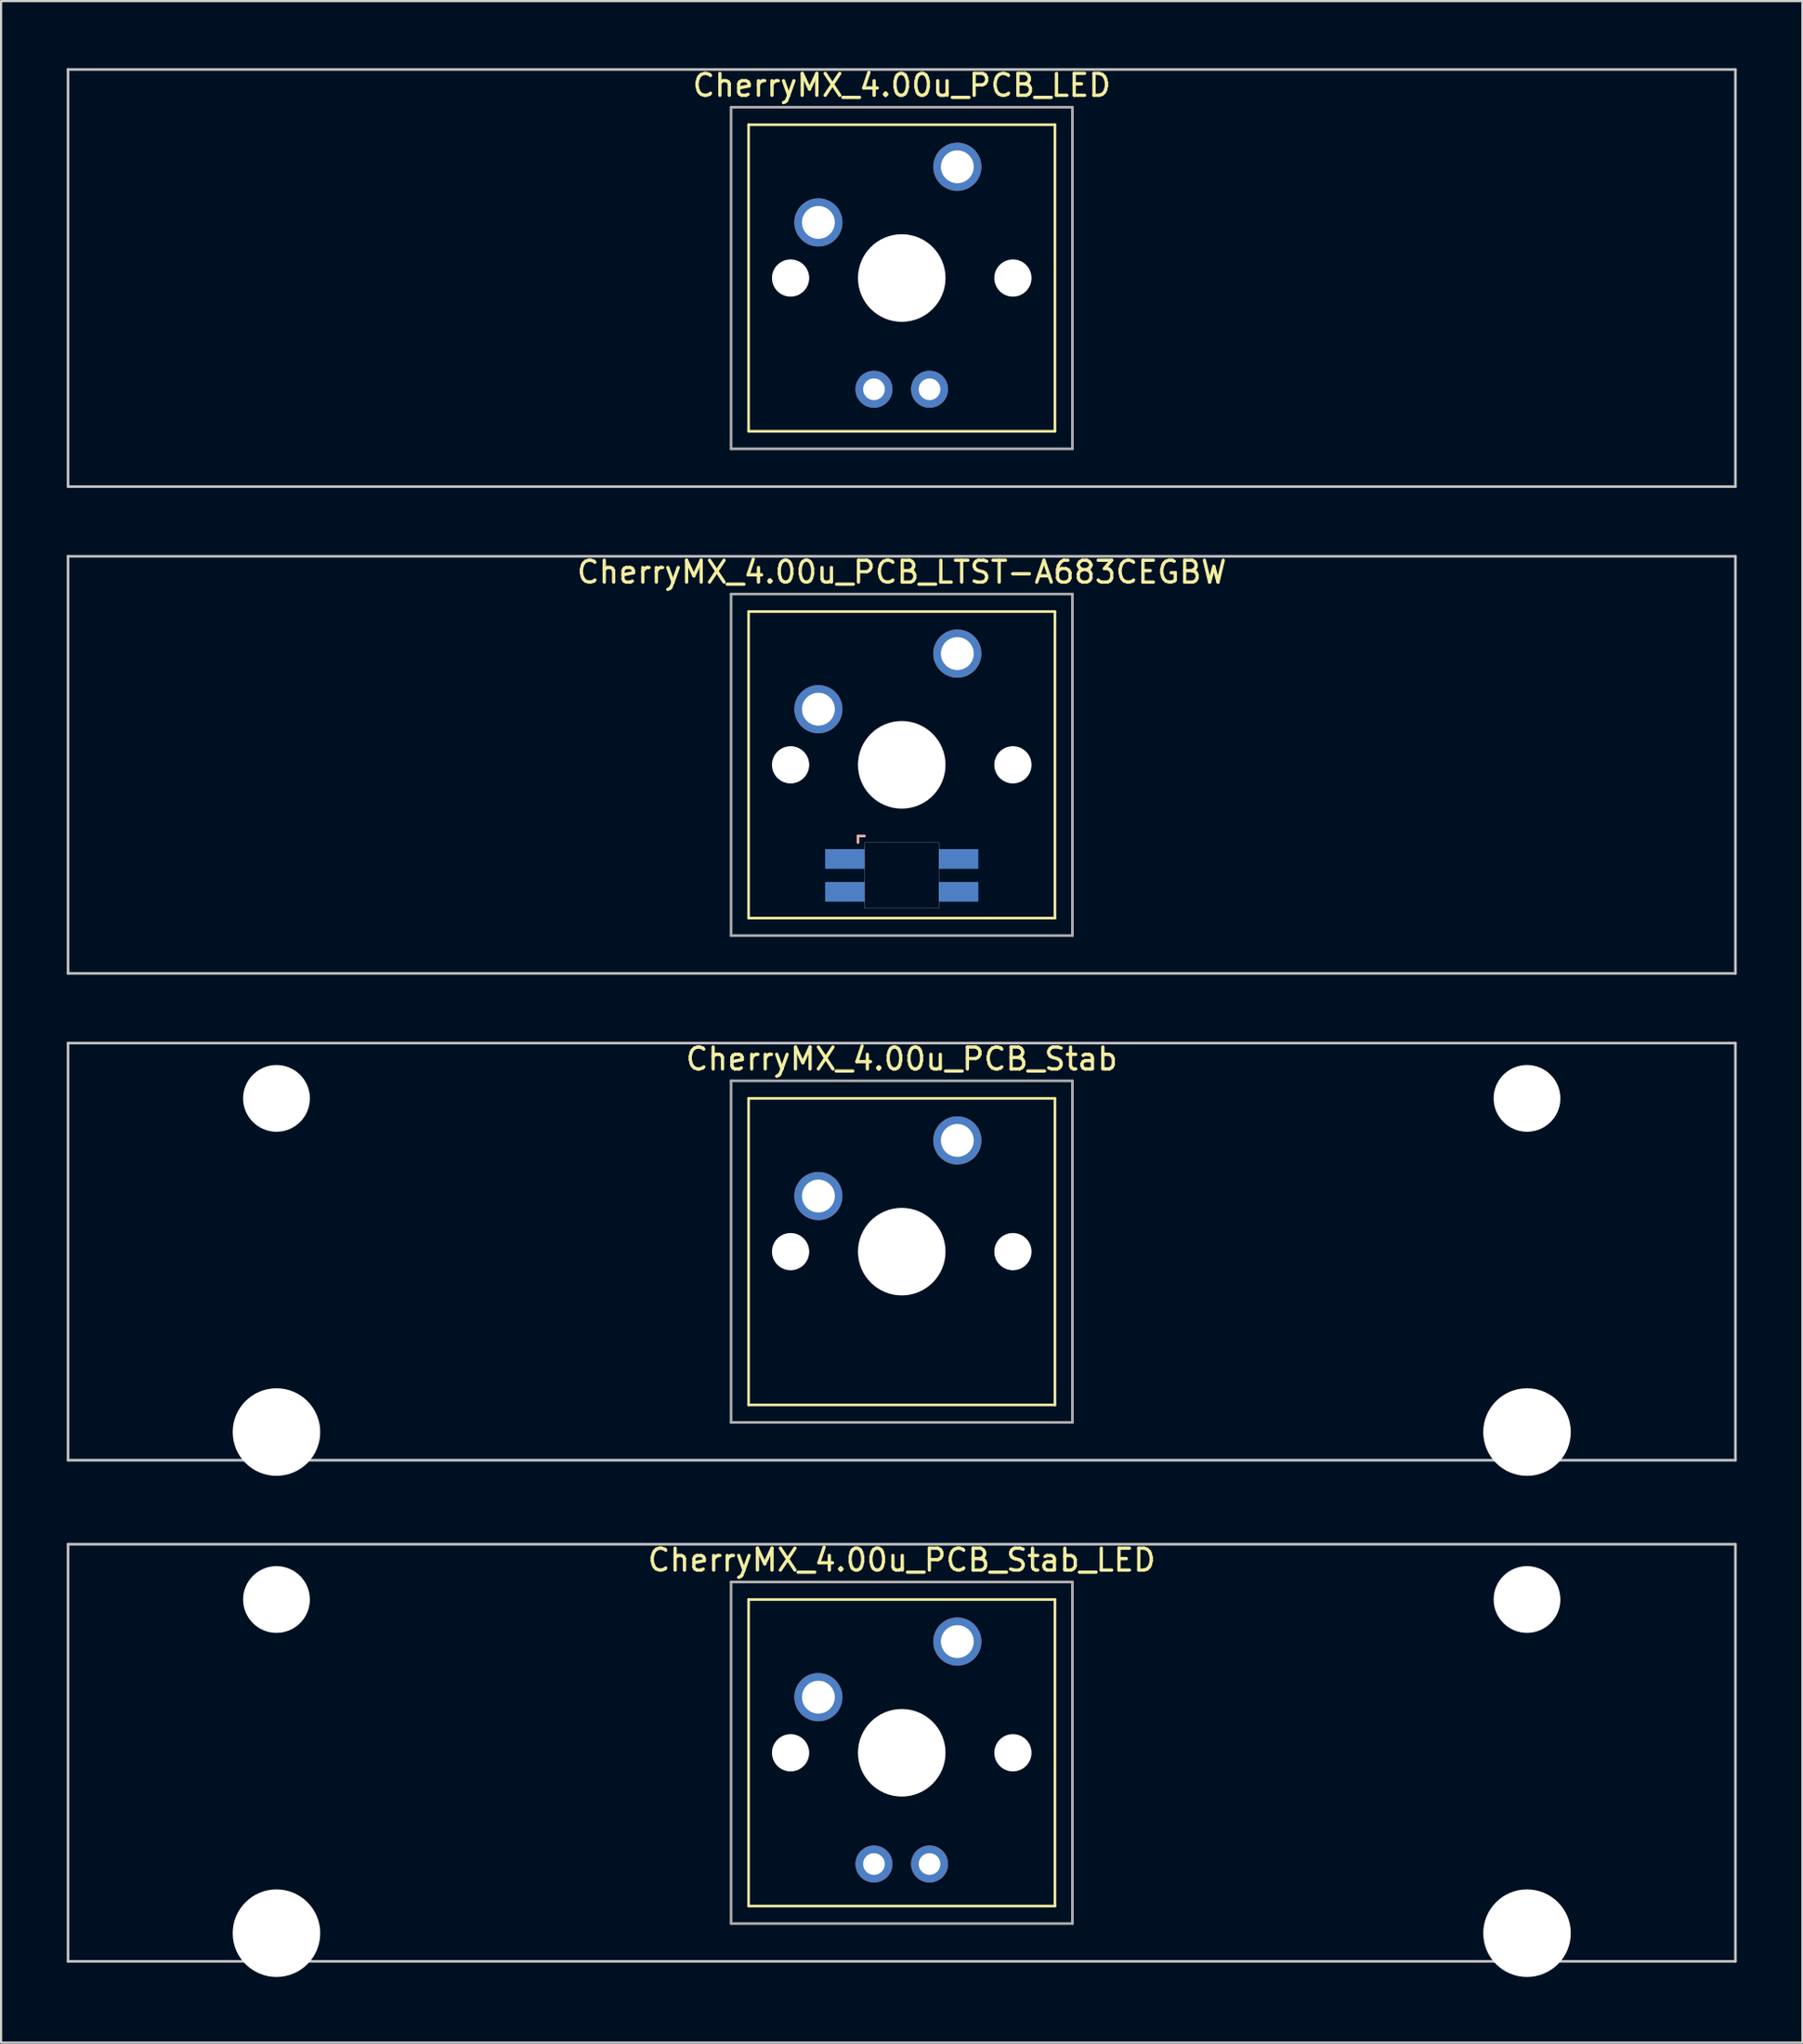
<source format=kicad_pcb>
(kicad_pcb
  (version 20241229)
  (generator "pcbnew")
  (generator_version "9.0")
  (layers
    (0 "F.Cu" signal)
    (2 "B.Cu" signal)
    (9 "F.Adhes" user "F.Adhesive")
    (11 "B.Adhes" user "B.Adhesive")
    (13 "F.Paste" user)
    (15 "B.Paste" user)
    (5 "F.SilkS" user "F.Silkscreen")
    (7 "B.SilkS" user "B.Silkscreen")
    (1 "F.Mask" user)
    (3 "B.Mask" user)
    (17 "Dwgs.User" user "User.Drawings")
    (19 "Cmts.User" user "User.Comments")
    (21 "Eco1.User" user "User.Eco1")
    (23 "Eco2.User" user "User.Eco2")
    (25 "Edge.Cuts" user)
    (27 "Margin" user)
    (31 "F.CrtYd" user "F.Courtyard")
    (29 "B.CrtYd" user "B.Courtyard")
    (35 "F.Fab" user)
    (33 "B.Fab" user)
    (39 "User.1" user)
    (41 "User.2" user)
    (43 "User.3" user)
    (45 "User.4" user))
  (footprint "CherryMX_4.00u_PCB_Stab"
    (layer "F.Cu")
    (at 38.16 54.115)
    (property "Reference" "CherryMX_4.00u_PCB_Stab" (at 0 -8.8 0) (layer "F.SilkS") (effects (font (size 1 1) (thickness 0.15))))
    (attr through_hole)
    (fp_line (start -7 -7) (end -7 7) (stroke (width 0.12) (type solid)) (layer "F.SilkS"))
    (fp_line (start -7 -7) (end 7 -7) (stroke (width 0.12) (type solid)) (layer "F.SilkS"))
    (fp_line (start 7 -7) (end 7 7) (stroke (width 0.12) (type solid)) (layer "F.SilkS"))
    (fp_line (start 7 7) (end -7 7) (stroke (width 0.12) (type solid)) (layer "F.SilkS"))
    (fp_line (start -38.1 -9.525) (end 38.1 -9.525) (stroke (width 0.12) (type solid)) (layer "Dwgs.User"))
    (fp_line (start -38.1 9.525) (end -38.1 -9.525) (stroke (width 0.12) (type solid)) (layer "Dwgs.User"))
    (fp_line (start 38.1 -9.525) (end 38.1 9.525) (stroke (width 0.12) (type solid)) (layer "Dwgs.User"))
    (fp_line (start 38.1 9.525) (end -38.1 9.525) (stroke (width 0.12) (type solid)) (layer "Dwgs.User"))
    (fp_line (start -7.8 -7.8) (end -7.8 7.8) (stroke (width 0.12) (type solid)) (layer "F.Fab"))
    (fp_line (start -7.8 -7.8) (end 7.8 -7.8) (stroke (width 0.12) (type solid)) (layer "F.Fab"))
    (fp_line (start -7.8 7.8) (end 7.8 7.8) (stroke (width 0.12) (type solid)) (layer "F.Fab"))
    (fp_line (start 7.8 -7.8) (end 7.8 7.8) (stroke (width 0.12) (type solid)) (layer "F.Fab"))
    (pad "" np_thru_hole circle (at -28.575 -7) (size 3.05 3.05) (drill 3.05) (layers "*.Cu" "*.Mask"))
    (pad "" np_thru_hole circle (at -28.575 8.24) (size 4 4) (drill 4) (layers "*.Cu" "*.Mask"))
    (pad "" np_thru_hole circle (at -5.08 0) (size 1.7 1.7) (drill 1.7) (layers "*.Cu" "*.Mask"))
    (pad "" np_thru_hole circle (at 0 0) (size 4 4) (drill 4) (layers "*.Cu" "*.Mask"))
    (pad "" np_thru_hole circle (at 5.08 0) (size 1.7 1.7) (drill 1.7) (layers "*.Cu" "*.Mask"))
    (pad "" np_thru_hole circle (at 28.575 -7) (size 3.05 3.05) (drill 3.05) (layers "*.Cu" "*.Mask"))
    (pad "" np_thru_hole circle (at 28.575 8.24) (size 4 4) (drill 4) (layers "*.Cu" "*.Mask"))
    (pad "1" thru_hole circle (at -3.81 -2.54) (size 2.2 2.2) (drill 1.5) (layers "*.Cu" "*.Mask"))
    (pad "2" thru_hole circle (at 2.54 -5.08) (size 2.2 2.2) (drill 1.5) (layers "*.Cu" "*.Mask")))
  (footprint "CherryMX_4.00u_PCB_LTST-A683CEGBW"
    (layer "F.Cu")
    (at 38.16 31.881)
    (property "Reference" "CherryMX_4.00u_PCB_LTST-A683CEGBW" (at 0 -8.8 0) (layer "F.SilkS") (effects (font (size 1 1) (thickness 0.15))))
    (attr through_hole)
    (fp_line (start -7 -7) (end -7 7) (stroke (width 0.12) (type solid)) (layer "F.SilkS"))
    (fp_line (start -7 -7) (end 7 -7) (stroke (width 0.12) (type solid)) (layer "F.SilkS"))
    (fp_line (start 7 -7) (end 7 7) (stroke (width 0.12) (type solid)) (layer "F.SilkS"))
    (fp_line (start 7 7) (end -7 7) (stroke (width 0.12) (type solid)) (layer "F.SilkS"))
    (fp_line (start -2 3.25) (end -2 3.55) (stroke (width 0.12) (type solid)) (layer "B.SilkS"))
    (fp_line (start -1.7 3.25) (end -2 3.25) (stroke (width 0.12) (type solid)) (layer "B.SilkS"))
    (fp_line (start -38.1 -9.525) (end 38.1 -9.525) (stroke (width 0.12) (type solid)) (layer "Dwgs.User"))
    (fp_line (start -38.1 9.525) (end -38.1 -9.525) (stroke (width 0.12) (type solid)) (layer "Dwgs.User"))
    (fp_line (start 38.1 -9.525) (end 38.1 9.525) (stroke (width 0.12) (type solid)) (layer "Dwgs.User"))
    (fp_line (start 38.1 9.525) (end -38.1 9.525) (stroke (width 0.12) (type solid)) (layer "Dwgs.User"))
    (fp_poly (pts (xy 1.7 6.55) (xy -1.7 6.55) (xy -1.7 3.55) (xy 1.7 3.55)) (stroke (width 0.01) (type solid)) (fill no) (layer "Edge.Cuts"))
    (fp_line (start -7.8 -7.8) (end -7.8 7.8) (stroke (width 0.12) (type solid)) (layer "F.Fab"))
    (fp_line (start -7.8 -7.8) (end 7.8 -7.8) (stroke (width 0.12) (type solid)) (layer "F.Fab"))
    (fp_line (start -7.8 7.8) (end 7.8 7.8) (stroke (width 0.12) (type solid)) (layer "F.Fab"))
    (fp_line (start 7.8 -7.8) (end 7.8 7.8) (stroke (width 0.12) (type solid)) (layer "F.Fab"))
    (pad "" np_thru_hole circle (at -5.08 0) (size 1.7 1.7) (drill 1.7) (layers "*.Cu" "*.Mask"))
    (pad "" np_thru_hole circle (at 0 0) (size 4 4) (drill 4) (layers "*.Cu" "*.Mask"))
    (pad "" np_thru_hole circle (at 5.08 0) (size 1.7 1.7) (drill 1.7) (layers "*.Cu" "*.Mask"))
    (pad "1" thru_hole circle (at -3.81 -2.54) (size 2.2 2.2) (drill 1.5) (layers "*.Cu" "*.Mask"))
    (pad "2" thru_hole circle (at 2.54 -5.08) (size 2.2 2.2) (drill 1.5) (layers "*.Cu" "*.Mask"))
    (pad "3" smd rect (at -2.6 4.3) (size 1.8 0.9) (layers "B.Cu" "B.Mask" "B.Paste"))
    (pad "4" smd rect (at -2.6 5.8) (size 1.8 0.9) (layers "B.Cu" "B.Mask" "B.Paste"))
    (pad "5" smd rect (at 2.6 4.3) (size 1.8 0.9) (layers "B.Cu" "B.Mask" "B.Paste"))
    (pad "6" smd rect (at 2.6 5.8) (size 1.8 0.9) (layers "B.Cu" "B.Mask" "B.Paste")))
  (footprint "CherryMX_4.00u_PCB_LED"
    (layer "F.Cu")
    (at 38.16 9.648)
    (property "Reference" "CherryMX_4.00u_PCB_LED" (at 0 -8.8 0) (layer "F.SilkS") (effects (font (size 1 1) (thickness 0.15))))
    (attr through_hole)
    (fp_line (start -7 -7) (end -7 7) (stroke (width 0.12) (type solid)) (layer "F.SilkS"))
    (fp_line (start -7 -7) (end 7 -7) (stroke (width 0.12) (type solid)) (layer "F.SilkS"))
    (fp_line (start 7 -7) (end 7 7) (stroke (width 0.12) (type solid)) (layer "F.SilkS"))
    (fp_line (start 7 7) (end -7 7) (stroke (width 0.12) (type solid)) (layer "F.SilkS"))
    (fp_line (start -38.1 -9.525) (end 38.1 -9.525) (stroke (width 0.12) (type solid)) (layer "Dwgs.User"))
    (fp_line (start -38.1 9.525) (end -38.1 -9.525) (stroke (width 0.12) (type solid)) (layer "Dwgs.User"))
    (fp_line (start 38.1 -9.525) (end 38.1 9.525) (stroke (width 0.12) (type solid)) (layer "Dwgs.User"))
    (fp_line (start 38.1 9.525) (end -38.1 9.525) (stroke (width 0.12) (type solid)) (layer "Dwgs.User"))
    (fp_line (start -7.8 -7.8) (end -7.8 7.8) (stroke (width 0.12) (type solid)) (layer "F.Fab"))
    (fp_line (start -7.8 -7.8) (end 7.8 -7.8) (stroke (width 0.12) (type solid)) (layer "F.Fab"))
    (fp_line (start -7.8 7.8) (end 7.8 7.8) (stroke (width 0.12) (type solid)) (layer "F.Fab"))
    (fp_line (start 7.8 -7.8) (end 7.8 7.8) (stroke (width 0.12) (type solid)) (layer "F.Fab"))
    (pad "" np_thru_hole circle (at -5.08 0) (size 1.7 1.7) (drill 1.7) (layers "*.Cu" "*.Mask"))
    (pad "" np_thru_hole circle (at 0 0) (size 4 4) (drill 4) (layers "*.Cu" "*.Mask"))
    (pad "" np_thru_hole circle (at 5.08 0) (size 1.7 1.7) (drill 1.7) (layers "*.Cu" "*.Mask"))
    (pad "1" thru_hole circle (at -3.81 -2.54) (size 2.2 2.2) (drill 1.5) (layers "*.Cu" "*.Mask"))
    (pad "2" thru_hole circle (at 2.54 -5.08) (size 2.2 2.2) (drill 1.5) (layers "*.Cu" "*.Mask"))
    (pad "3" thru_hole circle (at -1.27 5.08) (size 1.691 1.691) (drill 0.991) (layers "*.Cu" "*.Mask"))
    (pad "4" thru_hole circle (at 1.27 5.08) (size 1.691 1.691) (drill 0.991) (layers "*.Cu" "*.Mask")))
  (footprint "CherryMX_4.00u_PCB_Stab_LED"
    (layer "F.Cu")
    (at 38.16 77.003)
    (property "Reference" "CherryMX_4.00u_PCB_Stab_LED" (at 0 -8.8 0) (layer "F.SilkS") (effects (font (size 1 1) (thickness 0.15))))
    (attr through_hole)
    (fp_line (start -7 -7) (end -7 7) (stroke (width 0.12) (type solid)) (layer "F.SilkS"))
    (fp_line (start -7 -7) (end 7 -7) (stroke (width 0.12) (type solid)) (layer "F.SilkS"))
    (fp_line (start 7 -7) (end 7 7) (stroke (width 0.12) (type solid)) (layer "F.SilkS"))
    (fp_line (start 7 7) (end -7 7) (stroke (width 0.12) (type solid)) (layer "F.SilkS"))
    (fp_line (start -38.1 -9.525) (end 38.1 -9.525) (stroke (width 0.12) (type solid)) (layer "Dwgs.User"))
    (fp_line (start -38.1 9.525) (end -38.1 -9.525) (stroke (width 0.12) (type solid)) (layer "Dwgs.User"))
    (fp_line (start 38.1 -9.525) (end 38.1 9.525) (stroke (width 0.12) (type solid)) (layer "Dwgs.User"))
    (fp_line (start 38.1 9.525) (end -38.1 9.525) (stroke (width 0.12) (type solid)) (layer "Dwgs.User"))
    (fp_line (start -7.8 -7.8) (end -7.8 7.8) (stroke (width 0.12) (type solid)) (layer "F.Fab"))
    (fp_line (start -7.8 -7.8) (end 7.8 -7.8) (stroke (width 0.12) (type solid)) (layer "F.Fab"))
    (fp_line (start -7.8 7.8) (end 7.8 7.8) (stroke (width 0.12) (type solid)) (layer "F.Fab"))
    (fp_line (start 7.8 -7.8) (end 7.8 7.8) (stroke (width 0.12) (type solid)) (layer "F.Fab"))
    (pad "" np_thru_hole circle (at -28.575 -7) (size 3.05 3.05) (drill 3.05) (layers "*.Cu" "*.Mask"))
    (pad "" np_thru_hole circle (at -28.575 8.24) (size 4 4) (drill 4) (layers "*.Cu" "*.Mask"))
    (pad "" np_thru_hole circle (at -5.08 0) (size 1.7 1.7) (drill 1.7) (layers "*.Cu" "*.Mask"))
    (pad "" np_thru_hole circle (at 0 0) (size 4 4) (drill 4) (layers "*.Cu" "*.Mask"))
    (pad "" np_thru_hole circle (at 5.08 0) (size 1.7 1.7) (drill 1.7) (layers "*.Cu" "*.Mask"))
    (pad "" np_thru_hole circle (at 28.575 -7) (size 3.05 3.05) (drill 3.05) (layers "*.Cu" "*.Mask"))
    (pad "" np_thru_hole circle (at 28.575 8.24) (size 4 4) (drill 4) (layers "*.Cu" "*.Mask"))
    (pad "1" thru_hole circle (at -3.81 -2.54) (size 2.2 2.2) (drill 1.5) (layers "*.Cu" "*.Mask"))
    (pad "2" thru_hole circle (at 2.54 -5.08) (size 2.2 2.2) (drill 1.5) (layers "*.Cu" "*.Mask"))
    (pad "3" thru_hole circle (at -1.27 5.08) (size 1.691 1.691) (drill 0.991) (layers "*.Cu" "*.Mask"))
    (pad "4" thru_hole circle (at 1.27 5.08) (size 1.691 1.691) (drill 0.991) (layers "*.Cu" "*.Mask")))
  (gr_rect
    (start -3 -3)
    (end 79.32 90.243)
    (stroke (width 0.1) (type default))
    (fill no)
    (layer "Edge.Cuts")))
</source>
